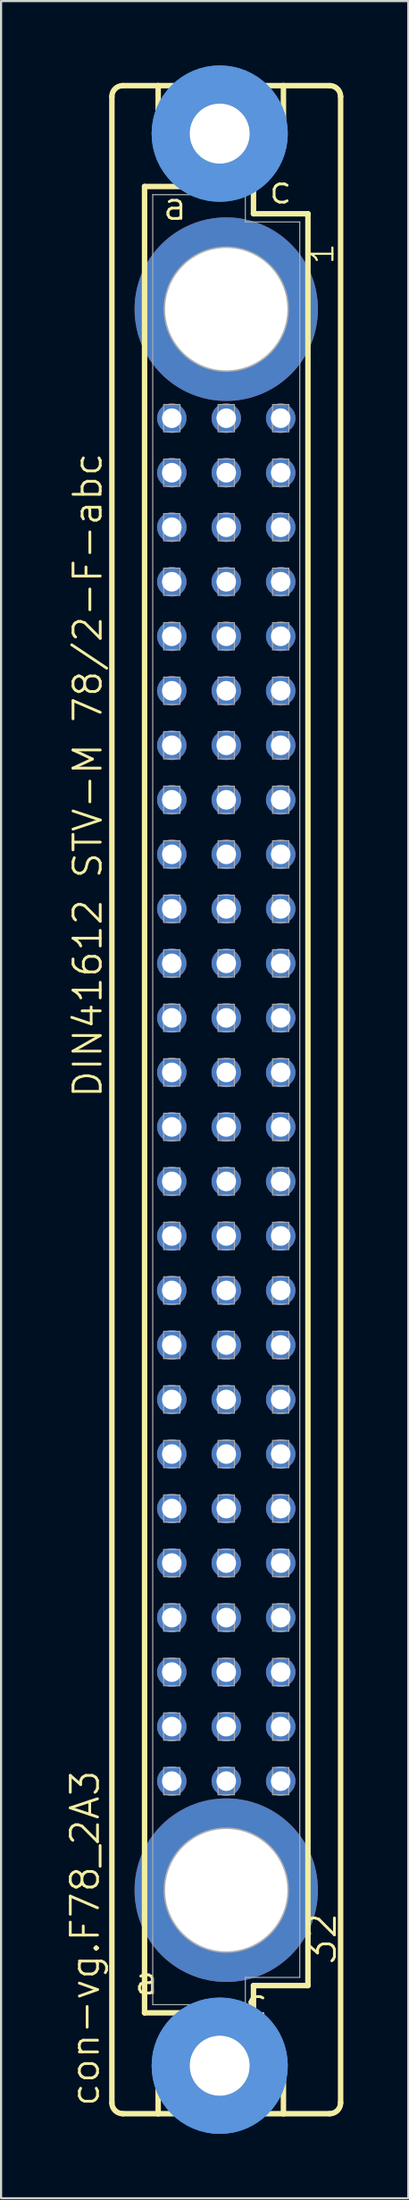
<source format=kicad_pcb>
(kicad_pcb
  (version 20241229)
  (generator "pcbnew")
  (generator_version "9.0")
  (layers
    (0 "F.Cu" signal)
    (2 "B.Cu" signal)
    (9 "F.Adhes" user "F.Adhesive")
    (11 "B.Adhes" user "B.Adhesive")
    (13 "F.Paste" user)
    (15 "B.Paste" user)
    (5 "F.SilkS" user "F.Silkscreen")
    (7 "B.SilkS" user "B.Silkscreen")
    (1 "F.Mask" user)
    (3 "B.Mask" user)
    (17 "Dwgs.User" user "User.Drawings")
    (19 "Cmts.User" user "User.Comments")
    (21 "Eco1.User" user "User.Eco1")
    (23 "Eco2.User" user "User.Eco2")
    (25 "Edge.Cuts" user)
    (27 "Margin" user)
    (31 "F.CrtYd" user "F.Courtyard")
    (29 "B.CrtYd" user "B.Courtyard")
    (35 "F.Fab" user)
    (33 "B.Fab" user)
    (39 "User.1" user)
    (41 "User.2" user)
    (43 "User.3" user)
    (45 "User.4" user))
  (footprint "con-vg.F78_2A3"
    (layer "F.Cu")
    (at 7.502 48.184)
    (property "Reference" "con-vg.F78_2A3" (at -5.842 46.99 90) (layer "F.SilkS") (effects (font (size 1.27 1.27) (thickness 0.13)) (justify left bottom)))
    (attr through_hole)
    (fp_line (start -5.334 46.736) (end -5.334 -46.736) (stroke (width 0.254) (type default)) (layer "F.SilkS"))
    (fp_line (start -4.826 -47.244) (end -3.175 -47.244) (stroke (width 0.254) (type default)) (layer "F.SilkS"))
    (fp_line (start -4.826 47.244) (end -3.175 47.244) (stroke (width 0.254) (type default)) (layer "F.SilkS"))
    (fp_line (start -3.81 -42.545) (end -3.81 42.545) (stroke (width 0.254) (type default)) (layer "F.SilkS"))
    (fp_line (start -3.81 42.545) (end -1.651 42.545) (stroke (width 0.254) (type default)) (layer "F.SilkS"))
    (fp_line (start -3.175 -47.244) (end -3.175 -44.45) (stroke (width 0.254) (type default)) (layer "F.SilkS"))
    (fp_line (start -3.175 47.244) (end -3.175 44.45) (stroke (width 0.254) (type default)) (layer "F.SilkS"))
    (fp_line (start -3.175 47.244) (end 2.667 47.244) (stroke (width 0.254) (type default)) (layer "F.SilkS"))
    (fp_line (start -1.651 -42.545) (end -3.81 -42.545) (stroke (width 0.254) (type default)) (layer "F.SilkS"))
    (fp_line (start -1.651 -42.545) (end -3.175 -44.45) (stroke (width 0.254) (type default)) (layer "F.SilkS"))
    (fp_line (start -1.651 42.545) (end -3.175 44.45) (stroke (width 0.254) (type default)) (layer "F.SilkS"))
    (fp_line (start -1.651 42.545) (end 1.143 42.545) (stroke (width 0.254) (type default)) (layer "F.SilkS"))
    (fp_line (start 1.143 -42.545) (end -1.651 -42.545) (stroke (width 0.254) (type default)) (layer "F.SilkS"))
    (fp_line (start 1.143 -42.545) (end 2.667 -44.45) (stroke (width 0.254) (type default)) (layer "F.SilkS"))
    (fp_line (start 1.143 42.545) (end 1.27 42.545) (stroke (width 0.254) (type default)) (layer "F.SilkS"))
    (fp_line (start 1.143 42.545) (end 2.667 44.45) (stroke (width 0.254) (type default)) (layer "F.SilkS"))
    (fp_line (start 1.27 -42.545) (end 1.143 -42.545) (stroke (width 0.254) (type default)) (layer "F.SilkS"))
    (fp_line (start 1.27 -41.275) (end 1.27 -42.545) (stroke (width 0.254) (type default)) (layer "F.SilkS"))
    (fp_line (start 1.27 41.275) (end 3.81 41.275) (stroke (width 0.254) (type default)) (layer "F.SilkS"))
    (fp_line (start 1.27 42.545) (end 1.27 41.275) (stroke (width 0.254) (type default)) (layer "F.SilkS"))
    (fp_line (start 2.667 -47.244) (end -3.175 -47.244) (stroke (width 0.254) (type default)) (layer "F.SilkS"))
    (fp_line (start 2.667 -47.244) (end 2.667 -44.45) (stroke (width 0.254) (type default)) (layer "F.SilkS"))
    (fp_line (start 2.667 47.244) (end 2.667 44.45) (stroke (width 0.254) (type default)) (layer "F.SilkS"))
    (fp_line (start 2.667 47.244) (end 4.826 47.244) (stroke (width 0.254) (type default)) (layer "F.SilkS"))
    (fp_line (start 3.81 -41.275) (end 1.27 -41.275) (stroke (width 0.254) (type default)) (layer "F.SilkS"))
    (fp_line (start 3.81 41.275) (end 3.81 -41.275) (stroke (width 0.254) (type default)) (layer "F.SilkS"))
    (fp_line (start 4.826 -47.244) (end 2.667 -47.244) (stroke (width 0.254) (type default)) (layer "F.SilkS"))
    (fp_line (start 5.334 46.736) (end 5.334 -46.736) (stroke (width 0.254) (type default)) (layer "F.SilkS"))
    (fp_arc (start -5.334 -46.736) (mid -5.18521 -47.09521) (end -4.826 -47.244) (stroke (width 0.254) (type default)) (layer "F.SilkS"))
    (fp_arc (start -4.826 47.244) (mid -5.18521 47.09521) (end -5.334 46.736) (stroke (width 0.254) (type default)) (layer "F.SilkS"))
    (fp_arc (start 4.826 -47.244) (mid 5.18521 -47.09521) (end 5.334 -46.736) (stroke (width 0.254) (type default)) (layer "F.SilkS"))
    (fp_arc (start 5.334 46.736) (mid 5.18521 47.09521) (end 4.826 47.244) (stroke (width 0.254) (type default)) (layer "F.SilkS"))
    (fp_circle (center -0.305 -45.009) (end 0.965 -45.009) (stroke (width 0.254) (type default)) (fill no) (layer "F.SilkS"))
    (fp_circle (center -0.305 45.009) (end 0.965 45.009) (stroke (width 0.254) (type default)) (fill no) (layer "F.SilkS"))
    (fp_circle (center -0.305 -45.009) (end 1.981 -45.009) (stroke (width 1.778) (type default)) (fill no) (layer "Cmts.User"))
    (fp_circle (center -0.305 -45.009) (end 1.981 -45.009) (stroke (width 1.778) (type default)) (fill no) (layer "Cmts.User"))
    (fp_circle (center -0.305 45.009) (end 1.981 45.009) (stroke (width 1.778) (type default)) (fill no) (layer "Cmts.User"))
    (fp_circle (center -0.305 45.009) (end 1.981 45.009) (stroke (width 1.778) (type default)) (fill no) (layer "Cmts.User"))
    (fp_line (start -3.429 -42.164) (end -3.429 42.164) (stroke (width 0.051) (type default)) (layer "F.Fab"))
    (fp_line (start -3.429 -42.164) (end 0.889 -42.164) (stroke (width 0.051) (type default)) (layer "F.Fab"))
    (fp_line (start -3.429 42.164) (end 0.889 42.164) (stroke (width 0.051) (type default)) (layer "F.Fab"))
    (fp_line (start 0.889 -42.164) (end 0.889 -40.894) (stroke (width 0.051) (type default)) (layer "F.Fab"))
    (fp_line (start 0.889 -40.894) (end 3.429 -40.894) (stroke (width 0.051) (type default)) (layer "F.Fab"))
    (fp_line (start 0.889 40.894) (end 3.429 40.894) (stroke (width 0.051) (type default)) (layer "F.Fab"))
    (fp_line (start 0.889 42.164) (end 0.889 40.894) (stroke (width 0.051) (type default)) (layer "F.Fab"))
    (fp_line (start 3.429 -40.894) (end 3.429 40.894) (stroke (width 0.051) (type default)) (layer "F.Fab"))
    (fp_rect (start -2.921 -31.115) (end -2.159 -32.385) (stroke (width 0.05) (type default)) (fill no) (layer "F.Fab"))
    (fp_rect (start -2.921 -28.575) (end -2.159 -29.845) (stroke (width 0.05) (type default)) (fill no) (layer "F.Fab"))
    (fp_rect (start -2.921 -26.035) (end -2.159 -27.305) (stroke (width 0.05) (type default)) (fill no) (layer "F.Fab"))
    (fp_rect (start -2.921 -23.495) (end -2.159 -24.765) (stroke (width 0.05) (type default)) (fill no) (layer "F.Fab"))
    (fp_rect (start -2.921 -20.955) (end -2.159 -22.225) (stroke (width 0.05) (type default)) (fill no) (layer "F.Fab"))
    (fp_rect (start -2.921 -18.415) (end -2.159 -19.685) (stroke (width 0.05) (type default)) (fill no) (layer "F.Fab"))
    (fp_rect (start -2.921 -15.875) (end -2.159 -17.145) (stroke (width 0.05) (type default)) (fill no) (layer "F.Fab"))
    (fp_rect (start -2.921 -13.335) (end -2.159 -14.605) (stroke (width 0.05) (type default)) (fill no) (layer "F.Fab"))
    (fp_rect (start -2.921 -10.795) (end -2.159 -12.065) (stroke (width 0.05) (type default)) (fill no) (layer "F.Fab"))
    (fp_rect (start -2.921 -8.255) (end -2.159 -9.525) (stroke (width 0.05) (type default)) (fill no) (layer "F.Fab"))
    (fp_rect (start -2.921 -5.715) (end -2.159 -6.985) (stroke (width 0.05) (type default)) (fill no) (layer "F.Fab"))
    (fp_rect (start -2.921 -3.175) (end -2.159 -4.445) (stroke (width 0.05) (type default)) (fill no) (layer "F.Fab"))
    (fp_rect (start -2.921 -0.635) (end -2.159 -1.905) (stroke (width 0.05) (type default)) (fill no) (layer "F.Fab"))
    (fp_rect (start -2.921 1.905) (end -2.159 0.635) (stroke (width 0.05) (type default)) (fill no) (layer "F.Fab"))
    (fp_rect (start -2.921 4.445) (end -2.159 3.175) (stroke (width 0.05) (type default)) (fill no) (layer "F.Fab"))
    (fp_rect (start -2.921 6.985) (end -2.159 5.715) (stroke (width 0.05) (type default)) (fill no) (layer "F.Fab"))
    (fp_rect (start -2.921 9.525) (end -2.159 8.255) (stroke (width 0.05) (type default)) (fill no) (layer "F.Fab"))
    (fp_rect (start -2.921 12.065) (end -2.159 10.795) (stroke (width 0.05) (type default)) (fill no) (layer "F.Fab"))
    (fp_rect (start -2.921 14.605) (end -2.159 13.335) (stroke (width 0.05) (type default)) (fill no) (layer "F.Fab"))
    (fp_rect (start -2.921 17.145) (end -2.159 15.875) (stroke (width 0.05) (type default)) (fill no) (layer "F.Fab"))
    (fp_rect (start -2.921 19.685) (end -2.159 18.415) (stroke (width 0.05) (type default)) (fill no) (layer "F.Fab"))
    (fp_rect (start -2.921 22.225) (end -2.159 20.955) (stroke (width 0.05) (type default)) (fill no) (layer "F.Fab"))
    (fp_rect (start -2.921 24.765) (end -2.159 23.495) (stroke (width 0.05) (type default)) (fill no) (layer "F.Fab"))
    (fp_rect (start -2.921 27.305) (end -2.159 26.035) (stroke (width 0.05) (type default)) (fill no) (layer "F.Fab"))
    (fp_rect (start -2.921 29.845) (end -2.159 28.575) (stroke (width 0.05) (type default)) (fill no) (layer "F.Fab"))
    (fp_rect (start -2.921 32.385) (end -2.159 31.115) (stroke (width 0.05) (type default)) (fill no) (layer "F.Fab"))
    (fp_rect (start -0.381 -31.115) (end 0.381 -32.385) (stroke (width 0.05) (type default)) (fill no) (layer "F.Fab"))
    (fp_rect (start -0.381 -28.575) (end 0.381 -29.845) (stroke (width 0.05) (type default)) (fill no) (layer "F.Fab"))
    (fp_rect (start -0.381 -26.035) (end 0.381 -27.305) (stroke (width 0.05) (type default)) (fill no) (layer "F.Fab"))
    (fp_rect (start -0.381 -23.495) (end 0.381 -24.765) (stroke (width 0.05) (type default)) (fill no) (layer "F.Fab"))
    (fp_rect (start -0.381 -20.955) (end 0.381 -22.225) (stroke (width 0.05) (type default)) (fill no) (layer "F.Fab"))
    (fp_rect (start -0.381 -18.415) (end 0.381 -19.685) (stroke (width 0.05) (type default)) (fill no) (layer "F.Fab"))
    (fp_rect (start -0.381 -15.875) (end 0.381 -17.145) (stroke (width 0.05) (type default)) (fill no) (layer "F.Fab"))
    (fp_rect (start -0.381 -13.335) (end 0.381 -14.605) (stroke (width 0.05) (type default)) (fill no) (layer "F.Fab"))
    (fp_rect (start -0.381 -10.795) (end 0.381 -12.065) (stroke (width 0.05) (type default)) (fill no) (layer "F.Fab"))
    (fp_rect (start -0.381 -8.255) (end 0.381 -9.525) (stroke (width 0.05) (type default)) (fill no) (layer "F.Fab"))
    (fp_rect (start -0.381 -5.715) (end 0.381 -6.985) (stroke (width 0.05) (type default)) (fill no) (layer "F.Fab"))
    (fp_rect (start -0.381 -3.175) (end 0.381 -4.445) (stroke (width 0.05) (type default)) (fill no) (layer "F.Fab"))
    (fp_rect (start -0.381 -0.635) (end 0.381 -1.905) (stroke (width 0.05) (type default)) (fill no) (layer "F.Fab"))
    (fp_rect (start -0.381 1.905) (end 0.381 0.635) (stroke (width 0.05) (type default)) (fill no) (layer "F.Fab"))
    (fp_rect (start -0.381 4.445) (end 0.381 3.175) (stroke (width 0.05) (type default)) (fill no) (layer "F.Fab"))
    (fp_rect (start -0.381 6.985) (end 0.381 5.715) (stroke (width 0.05) (type default)) (fill no) (layer "F.Fab"))
    (fp_rect (start -0.381 9.525) (end 0.381 8.255) (stroke (width 0.05) (type default)) (fill no) (layer "F.Fab"))
    (fp_rect (start -0.381 12.065) (end 0.381 10.795) (stroke (width 0.05) (type default)) (fill no) (layer "F.Fab"))
    (fp_rect (start -0.381 14.605) (end 0.381 13.335) (stroke (width 0.05) (type default)) (fill no) (layer "F.Fab"))
    (fp_rect (start -0.381 17.145) (end 0.381 15.875) (stroke (width 0.05) (type default)) (fill no) (layer "F.Fab"))
    (fp_rect (start -0.381 19.685) (end 0.381 18.415) (stroke (width 0.05) (type default)) (fill no) (layer "F.Fab"))
    (fp_rect (start -0.381 22.225) (end 0.381 20.955) (stroke (width 0.05) (type default)) (fill no) (layer "F.Fab"))
    (fp_rect (start -0.381 24.765) (end 0.381 23.495) (stroke (width 0.05) (type default)) (fill no) (layer "F.Fab"))
    (fp_rect (start -0.381 27.305) (end 0.381 26.035) (stroke (width 0.05) (type default)) (fill no) (layer "F.Fab"))
    (fp_rect (start -0.381 29.845) (end 0.381 28.575) (stroke (width 0.05) (type default)) (fill no) (layer "F.Fab"))
    (fp_rect (start -0.381 32.385) (end 0.381 31.115) (stroke (width 0.05) (type default)) (fill no) (layer "F.Fab"))
    (fp_rect (start 2.159 -31.115) (end 2.921 -32.385) (stroke (width 0.05) (type default)) (fill no) (layer "F.Fab"))
    (fp_rect (start 2.159 -28.575) (end 2.921 -29.845) (stroke (width 0.05) (type default)) (fill no) (layer "F.Fab"))
    (fp_rect (start 2.159 -26.035) (end 2.921 -27.305) (stroke (width 0.05) (type default)) (fill no) (layer "F.Fab"))
    (fp_rect (start 2.159 -23.495) (end 2.921 -24.765) (stroke (width 0.05) (type default)) (fill no) (layer "F.Fab"))
    (fp_rect (start 2.159 -20.955) (end 2.921 -22.225) (stroke (width 0.05) (type default)) (fill no) (layer "F.Fab"))
    (fp_rect (start 2.159 -18.415) (end 2.921 -19.685) (stroke (width 0.05) (type default)) (fill no) (layer "F.Fab"))
    (fp_rect (start 2.159 -15.875) (end 2.921 -17.145) (stroke (width 0.05) (type default)) (fill no) (layer "F.Fab"))
    (fp_rect (start 2.159 -13.335) (end 2.921 -14.605) (stroke (width 0.05) (type default)) (fill no) (layer "F.Fab"))
    (fp_rect (start 2.159 -10.795) (end 2.921 -12.065) (stroke (width 0.05) (type default)) (fill no) (layer "F.Fab"))
    (fp_rect (start 2.159 -8.255) (end 2.921 -9.525) (stroke (width 0.05) (type default)) (fill no) (layer "F.Fab"))
    (fp_rect (start 2.159 -5.715) (end 2.921 -6.985) (stroke (width 0.05) (type default)) (fill no) (layer "F.Fab"))
    (fp_rect (start 2.159 -3.175) (end 2.921 -4.445) (stroke (width 0.05) (type default)) (fill no) (layer "F.Fab"))
    (fp_rect (start 2.159 -0.635) (end 2.921 -1.905) (stroke (width 0.05) (type default)) (fill no) (layer "F.Fab"))
    (fp_rect (start 2.159 1.905) (end 2.921 0.635) (stroke (width 0.05) (type default)) (fill no) (layer "F.Fab"))
    (fp_rect (start 2.159 4.445) (end 2.921 3.175) (stroke (width 0.05) (type default)) (fill no) (layer "F.Fab"))
    (fp_rect (start 2.159 6.985) (end 2.921 5.715) (stroke (width 0.05) (type default)) (fill no) (layer "F.Fab"))
    (fp_rect (start 2.159 9.525) (end 2.921 8.255) (stroke (width 0.05) (type default)) (fill no) (layer "F.Fab"))
    (fp_rect (start 2.159 12.065) (end 2.921 10.795) (stroke (width 0.05) (type default)) (fill no) (layer "F.Fab"))
    (fp_rect (start 2.159 14.605) (end 2.921 13.335) (stroke (width 0.05) (type default)) (fill no) (layer "F.Fab"))
    (fp_rect (start 2.159 17.145) (end 2.921 15.875) (stroke (width 0.05) (type default)) (fill no) (layer "F.Fab"))
    (fp_rect (start 2.159 19.685) (end 2.921 18.415) (stroke (width 0.05) (type default)) (fill no) (layer "F.Fab"))
    (fp_rect (start 2.159 22.225) (end 2.921 20.955) (stroke (width 0.05) (type default)) (fill no) (layer "F.Fab"))
    (fp_rect (start 2.159 24.765) (end 2.921 23.495) (stroke (width 0.05) (type default)) (fill no) (layer "F.Fab"))
    (fp_rect (start 2.159 27.305) (end 2.921 26.035) (stroke (width 0.05) (type default)) (fill no) (layer "F.Fab"))
    (fp_rect (start 2.159 29.845) (end 2.921 28.575) (stroke (width 0.05) (type default)) (fill no) (layer "F.Fab"))
    (fp_rect (start 2.159 32.385) (end 2.921 31.115) (stroke (width 0.05) (type default)) (fill no) (layer "F.Fab"))
    (fp_circle (center 0 -36.83) (end 2.794 -36.83) (stroke (width 0.254) (type default)) (fill no) (layer "F.Fab"))
    (fp_circle (center 0 36.83) (end 2.794 36.83) (stroke (width 0.254) (type default)) (fill no) (layer "F.Fab"))
    (fp_text user "c" (at 1.905 -41.656 0) (layer "F.SilkS") (effects (font (size 1.27 1.27) (thickness 0.13)) (justify left bottom)))
    (fp_text user "a" (at -3.048 -40.894 0) (layer "F.SilkS") (effects (font (size 1.27 1.27) (thickness 0.13)) (justify left bottom)))
    (fp_text user "DIN41612 STV-M 78/2-F-abc" (at -5.715 0 90) (layer "F.SilkS") (effects (font (size 1.27 1.27) (thickness 0.13)) (justify left bottom)))
    (fp_text user "a " (at -4.375 41.783 0) (layer "F.SilkS") (effects (font (size 1.27 1.27) (thickness 0.13)) (justify left bottom)))
    (fp_text user "1" (at 5.08 -38.862 90) (layer "F.SilkS") (effects (font (size 1.016 1.016) (thickness 0.1)) (justify left bottom)))
    (fp_text user "32" (at 5.207 40.386 90) (layer "F.SilkS") (effects (font (size 1.27 1.27) (thickness 0.13)) (justify left bottom)))
    (fp_text user "c " (at 0.778 42.799 0) (layer "F.SilkS") (effects (font (size 1.27 1.27) (thickness 0.13)) (justify left bottom)))
    (pad "" np_thru_hole circle (at -0.305 -45.009) (size 2.794 2.794) (drill 2.794) (layers "*.Cu" "*.Mask"))
    (pad "" np_thru_hole circle (at -0.305 45.009) (size 2.794 2.794) (drill 2.794) (layers "*.Cu" "*.Mask"))
    (pad "1" thru_hole circle (at 0 -36.83) (size 8.55 8.55) (drill 5.7) (layers "*.Cu" "*.Mask"))
    (pad "2" thru_hole circle (at 0 36.83) (size 8.55 8.55) (drill 5.7) (layers "*.Cu" "*.Mask"))
    (pad "A4" thru_hole circle (at -2.54 -31.75) (size 1.372 1.372) (drill 0.914) (layers "*.Cu" "*.Mask"))
    (pad "A5" thru_hole circle (at -2.54 -29.21) (size 1.372 1.372) (drill 0.914) (layers "*.Cu" "*.Mask"))
    (pad "A6" thru_hole circle (at -2.54 -26.67) (size 1.372 1.372) (drill 0.914) (layers "*.Cu" "*.Mask"))
    (pad "A7" thru_hole circle (at -2.54 -24.13) (size 1.372 1.372) (drill 0.914) (layers "*.Cu" "*.Mask"))
    (pad "A8" thru_hole circle (at -2.54 -21.59) (size 1.372 1.372) (drill 0.914) (layers "*.Cu" "*.Mask"))
    (pad "A9" thru_hole circle (at -2.54 -19.05) (size 1.372 1.372) (drill 0.914) (layers "*.Cu" "*.Mask"))
    (pad "A10" thru_hole circle (at -2.54 -16.51) (size 1.372 1.372) (drill 0.914) (layers "*.Cu" "*.Mask"))
    (pad "A11" thru_hole circle (at -2.54 -13.97) (size 1.372 1.372) (drill 0.914) (layers "*.Cu" "*.Mask"))
    (pad "A12" thru_hole circle (at -2.54 -11.43) (size 1.372 1.372) (drill 0.914) (layers "*.Cu" "*.Mask"))
    (pad "A13" thru_hole circle (at -2.54 -8.89) (size 1.372 1.372) (drill 0.914) (layers "*.Cu" "*.Mask"))
    (pad "A14" thru_hole circle (at -2.54 -6.35) (size 1.372 1.372) (drill 0.914) (layers "*.Cu" "*.Mask"))
    (pad "A15" thru_hole circle (at -2.54 -3.81) (size 1.372 1.372) (drill 0.914) (layers "*.Cu" "*.Mask"))
    (pad "A16" thru_hole circle (at -2.54 -1.27) (size 1.372 1.372) (drill 0.914) (layers "*.Cu" "*.Mask"))
    (pad "A17" thru_hole circle (at -2.54 1.27) (size 1.372 1.372) (drill 0.914) (layers "*.Cu" "*.Mask"))
    (pad "A18" thru_hole circle (at -2.54 3.81) (size 1.372 1.372) (drill 0.914) (layers "*.Cu" "*.Mask"))
    (pad "A19" thru_hole circle (at -2.54 6.35) (size 1.372 1.372) (drill 0.914) (layers "*.Cu" "*.Mask"))
    (pad "A20" thru_hole circle (at -2.54 8.89) (size 1.372 1.372) (drill 0.914) (layers "*.Cu" "*.Mask"))
    (pad "A21" thru_hole circle (at -2.54 11.43) (size 1.372 1.372) (drill 0.914) (layers "*.Cu" "*.Mask"))
    (pad "A22" thru_hole circle (at -2.54 13.97) (size 1.372 1.372) (drill 0.914) (layers "*.Cu" "*.Mask"))
    (pad "A23" thru_hole circle (at -2.54 16.51) (size 1.372 1.372) (drill 0.914) (layers "*.Cu" "*.Mask"))
    (pad "A24" thru_hole circle (at -2.54 19.05) (size 1.372 1.372) (drill 0.914) (layers "*.Cu" "*.Mask"))
    (pad "A25" thru_hole circle (at -2.54 21.59) (size 1.372 1.372) (drill 0.914) (layers "*.Cu" "*.Mask"))
    (pad "A26" thru_hole circle (at -2.54 24.13) (size 1.372 1.372) (drill 0.914) (layers "*.Cu" "*.Mask"))
    (pad "A27" thru_hole circle (at -2.54 26.67) (size 1.372 1.372) (drill 0.914) (layers "*.Cu" "*.Mask"))
    (pad "A28" thru_hole circle (at -2.54 29.21) (size 1.372 1.372) (drill 0.914) (layers "*.Cu" "*.Mask"))
    (pad "A29" thru_hole circle (at -2.54 31.75) (size 1.372 1.372) (drill 0.914) (layers "*.Cu" "*.Mask"))
    (pad "B4" thru_hole circle (at 0 -31.75) (size 1.372 1.372) (drill 0.914) (layers "*.Cu" "*.Mask"))
    (pad "B5" thru_hole circle (at 0 -29.21) (size 1.372 1.372) (drill 0.914) (layers "*.Cu" "*.Mask"))
    (pad "B6" thru_hole circle (at 0 -26.67) (size 1.372 1.372) (drill 0.914) (layers "*.Cu" "*.Mask"))
    (pad "B7" thru_hole circle (at 0 -24.13) (size 1.372 1.372) (drill 0.914) (layers "*.Cu" "*.Mask"))
    (pad "B8" thru_hole circle (at 0 -21.59) (size 1.372 1.372) (drill 0.914) (layers "*.Cu" "*.Mask"))
    (pad "B9" thru_hole circle (at 0 -19.05) (size 1.372 1.372) (drill 0.914) (layers "*.Cu" "*.Mask"))
    (pad "B10" thru_hole circle (at 0 -16.51) (size 1.372 1.372) (drill 0.914) (layers "*.Cu" "*.Mask"))
    (pad "B11" thru_hole circle (at 0 -13.97) (size 1.372 1.372) (drill 0.914) (layers "*.Cu" "*.Mask"))
    (pad "B12" thru_hole circle (at 0 -11.43) (size 1.372 1.372) (drill 0.914) (layers "*.Cu" "*.Mask"))
    (pad "B13" thru_hole circle (at 0 -8.89) (size 1.372 1.372) (drill 0.914) (layers "*.Cu" "*.Mask"))
    (pad "B14" thru_hole circle (at 0 -6.35) (size 1.372 1.372) (drill 0.914) (layers "*.Cu" "*.Mask"))
    (pad "B15" thru_hole circle (at 0 -3.81) (size 1.372 1.372) (drill 0.914) (layers "*.Cu" "*.Mask"))
    (pad "B16" thru_hole circle (at 0 -1.27) (size 1.372 1.372) (drill 0.914) (layers "*.Cu" "*.Mask"))
    (pad "B17" thru_hole circle (at 0 1.27) (size 1.372 1.372) (drill 0.914) (layers "*.Cu" "*.Mask"))
    (pad "B18" thru_hole circle (at 0 3.81) (size 1.372 1.372) (drill 0.914) (layers "*.Cu" "*.Mask"))
    (pad "B19" thru_hole circle (at 0 6.35) (size 1.372 1.372) (drill 0.914) (layers "*.Cu" "*.Mask"))
    (pad "B20" thru_hole circle (at 0 8.89) (size 1.372 1.372) (drill 0.914) (layers "*.Cu" "*.Mask"))
    (pad "B21" thru_hole circle (at 0 11.43) (size 1.372 1.372) (drill 0.914) (layers "*.Cu" "*.Mask"))
    (pad "B22" thru_hole circle (at 0 13.97) (size 1.372 1.372) (drill 0.914) (layers "*.Cu" "*.Mask"))
    (pad "B23" thru_hole circle (at 0 16.51) (size 1.372 1.372) (drill 0.914) (layers "*.Cu" "*.Mask"))
    (pad "B24" thru_hole circle (at 0 19.05) (size 1.372 1.372) (drill 0.914) (layers "*.Cu" "*.Mask"))
    (pad "B25" thru_hole circle (at 0 21.59) (size 1.372 1.372) (drill 0.914) (layers "*.Cu" "*.Mask"))
    (pad "B26" thru_hole circle (at 0 24.13) (size 1.372 1.372) (drill 0.914) (layers "*.Cu" "*.Mask"))
    (pad "B27" thru_hole circle (at 0 26.67) (size 1.372 1.372) (drill 0.914) (layers "*.Cu" "*.Mask"))
    (pad "B28" thru_hole circle (at 0 29.21) (size 1.372 1.372) (drill 0.914) (layers "*.Cu" "*.Mask"))
    (pad "B29" thru_hole circle (at 0 31.75) (size 1.372 1.372) (drill 0.914) (layers "*.Cu" "*.Mask"))
    (pad "C4" thru_hole circle (at 2.54 -31.75) (size 1.372 1.372) (drill 0.914) (layers "*.Cu" "*.Mask"))
    (pad "C5" thru_hole circle (at 2.54 -29.21) (size 1.372 1.372) (drill 0.914) (layers "*.Cu" "*.Mask"))
    (pad "C6" thru_hole circle (at 2.54 -26.67) (size 1.372 1.372) (drill 0.914) (layers "*.Cu" "*.Mask"))
    (pad "C7" thru_hole circle (at 2.54 -24.13) (size 1.372 1.372) (drill 0.914) (layers "*.Cu" "*.Mask"))
    (pad "C8" thru_hole circle (at 2.54 -21.59) (size 1.372 1.372) (drill 0.914) (layers "*.Cu" "*.Mask"))
    (pad "C9" thru_hole circle (at 2.54 -19.05) (size 1.372 1.372) (drill 0.914) (layers "*.Cu" "*.Mask"))
    (pad "C10" thru_hole circle (at 2.54 -16.51) (size 1.372 1.372) (drill 0.914) (layers "*.Cu" "*.Mask"))
    (pad "C11" thru_hole circle (at 2.54 -13.97) (size 1.372 1.372) (drill 0.914) (layers "*.Cu" "*.Mask"))
    (pad "C12" thru_hole circle (at 2.54 -11.43) (size 1.372 1.372) (drill 0.914) (layers "*.Cu" "*.Mask"))
    (pad "C13" thru_hole circle (at 2.54 -8.89) (size 1.372 1.372) (drill 0.914) (layers "*.Cu" "*.Mask"))
    (pad "C14" thru_hole circle (at 2.54 -6.35) (size 1.372 1.372) (drill 0.914) (layers "*.Cu" "*.Mask"))
    (pad "C15" thru_hole circle (at 2.54 -3.81) (size 1.372 1.372) (drill 0.914) (layers "*.Cu" "*.Mask"))
    (pad "C16" thru_hole circle (at 2.54 -1.27) (size 1.372 1.372) (drill 0.914) (layers "*.Cu" "*.Mask"))
    (pad "C17" thru_hole circle (at 2.54 1.27) (size 1.372 1.372) (drill 0.914) (layers "*.Cu" "*.Mask"))
    (pad "C18" thru_hole circle (at 2.54 3.81) (size 1.372 1.372) (drill 0.914) (layers "*.Cu" "*.Mask"))
    (pad "C19" thru_hole circle (at 2.54 6.35) (size 1.372 1.372) (drill 0.914) (layers "*.Cu" "*.Mask"))
    (pad "C20" thru_hole circle (at 2.54 8.89) (size 1.372 1.372) (drill 0.914) (layers "*.Cu" "*.Mask"))
    (pad "C21" thru_hole circle (at 2.54 11.43) (size 1.372 1.372) (drill 0.914) (layers "*.Cu" "*.Mask"))
    (pad "C22" thru_hole circle (at 2.54 13.97) (size 1.372 1.372) (drill 0.914) (layers "*.Cu" "*.Mask"))
    (pad "C23" thru_hole circle (at 2.54 16.51) (size 1.372 1.372) (drill 0.914) (layers "*.Cu" "*.Mask"))
    (pad "C24" thru_hole circle (at 2.54 19.05) (size 1.372 1.372) (drill 0.914) (layers "*.Cu" "*.Mask"))
    (pad "C25" thru_hole circle (at 2.54 21.59) (size 1.372 1.372) (drill 0.914) (layers "*.Cu" "*.Mask"))
    (pad "C26" thru_hole circle (at 2.54 24.13) (size 1.372 1.372) (drill 0.914) (layers "*.Cu" "*.Mask"))
    (pad "C27" thru_hole circle (at 2.54 26.67) (size 1.372 1.372) (drill 0.914) (layers "*.Cu" "*.Mask"))
    (pad "C28" thru_hole circle (at 2.54 29.21) (size 1.372 1.372) (drill 0.914) (layers "*.Cu" "*.Mask"))
    (pad "C29" thru_hole circle (at 2.54 31.75) (size 1.372 1.372) (drill 0.914) (layers "*.Cu" "*.Mask")))
  (gr_rect
    (start -3 -3)
    (end 15.991 99.368)
    (stroke (width 0.1) (type default))
    (fill no)
    (layer "Edge.Cuts")))
</source>
